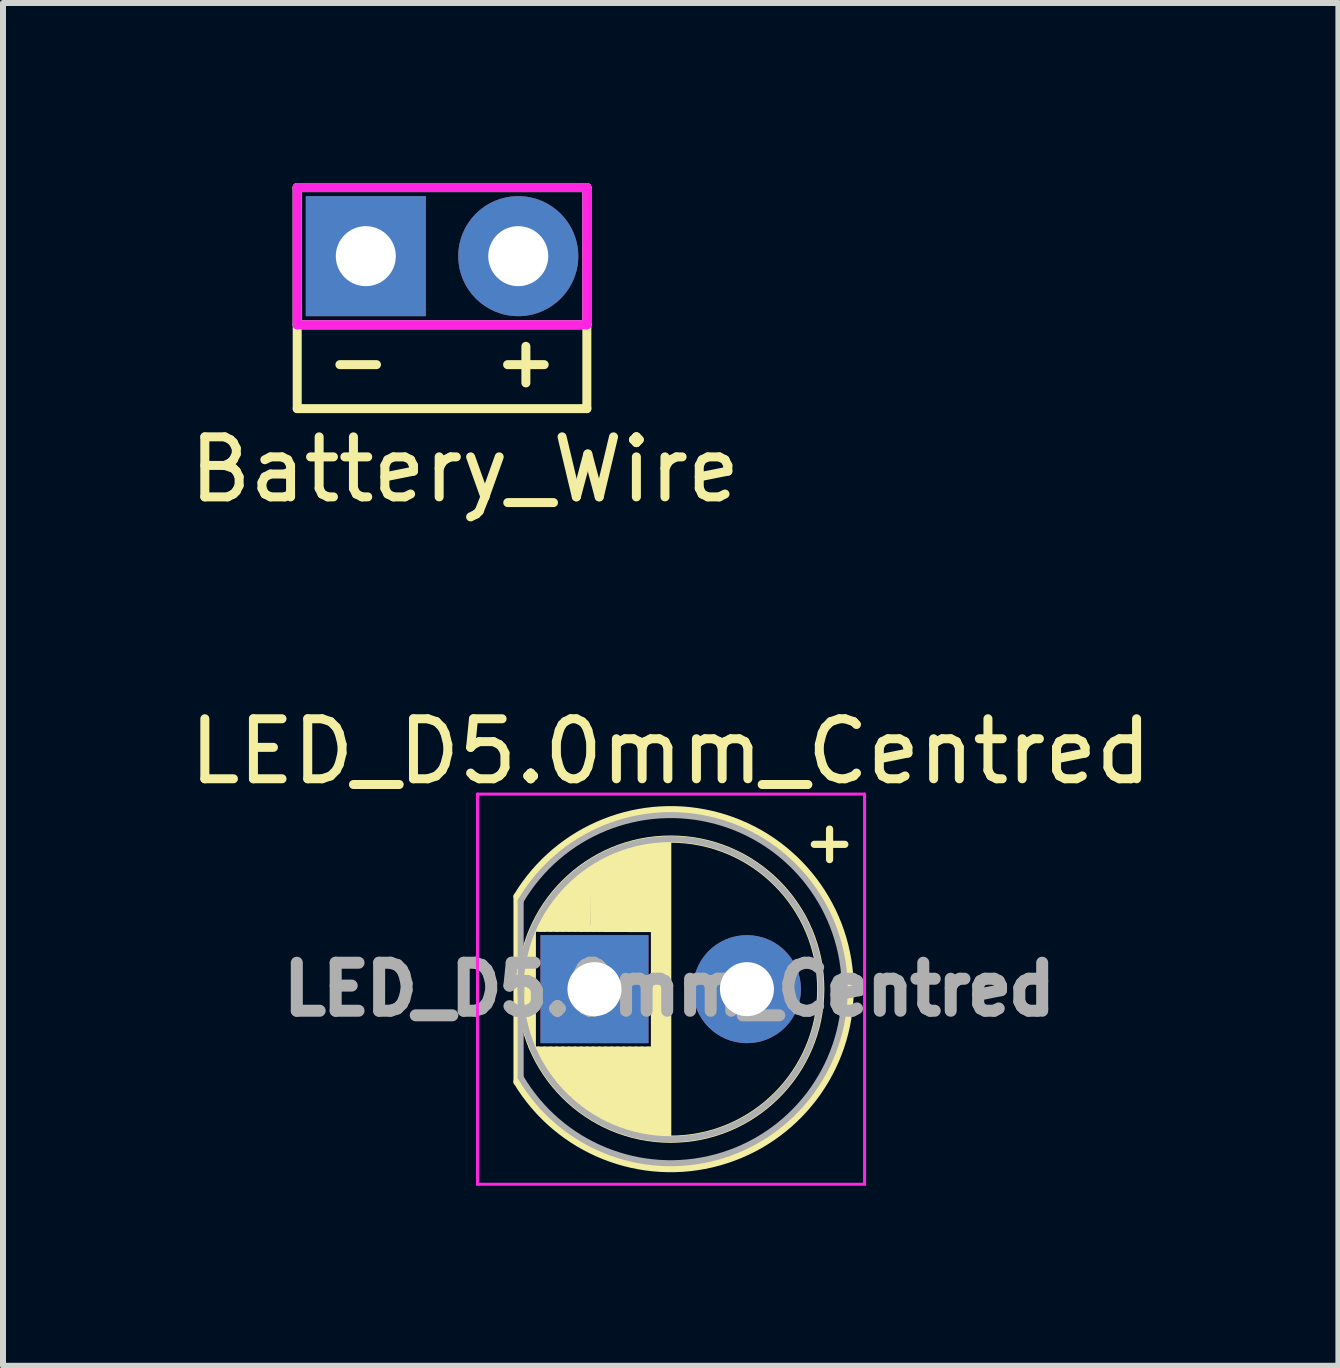
<source format=kicad_pcb>
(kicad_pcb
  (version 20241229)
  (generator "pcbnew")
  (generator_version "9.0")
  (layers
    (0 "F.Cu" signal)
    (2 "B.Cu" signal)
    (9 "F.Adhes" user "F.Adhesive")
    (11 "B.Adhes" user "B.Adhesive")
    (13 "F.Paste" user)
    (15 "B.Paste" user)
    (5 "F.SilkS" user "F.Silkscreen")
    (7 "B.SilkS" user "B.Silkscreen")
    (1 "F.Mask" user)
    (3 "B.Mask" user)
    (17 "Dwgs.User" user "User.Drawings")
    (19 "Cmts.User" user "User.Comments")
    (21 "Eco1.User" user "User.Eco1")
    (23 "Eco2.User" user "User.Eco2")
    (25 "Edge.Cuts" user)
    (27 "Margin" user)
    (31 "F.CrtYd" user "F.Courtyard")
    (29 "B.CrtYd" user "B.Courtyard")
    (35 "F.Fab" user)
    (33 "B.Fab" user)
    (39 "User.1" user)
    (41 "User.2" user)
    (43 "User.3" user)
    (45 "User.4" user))
  (footprint "Battery_Wire"
    (layer "F.Cu")
    (at 4.315 1.218)
    (property "Reference" "Battery_Wire" (at 0.381 3.556 0) (layer "F.SilkS") (effects (font (size 1 1) (thickness 0.15))))
    (attr through_hole)
    (fp_line (start -2.413 -1.143) (end -2.413 2.54) (stroke (width 0.15) (type solid)) (layer "F.SilkS"))
    (fp_line (start -2.413 -1.143) (end 2.413 -1.143) (stroke (width 0.15) (type solid)) (layer "F.SilkS"))
    (fp_line (start -2.413 1.143) (end 2.413 1.143) (stroke (width 0.15) (type solid)) (layer "F.SilkS"))
    (fp_line (start 2.413 -1.143) (end 2.413 2.54) (stroke (width 0.15) (type solid)) (layer "F.SilkS"))
    (fp_line (start 2.413 2.54) (end -2.413 2.54) (stroke (width 0.15) (type solid)) (layer "F.SilkS"))
    (fp_line (start -2.413 -1.143) (end -2.413 1.143) (stroke (width 0.15) (type solid)) (layer "F.CrtYd"))
    (fp_line (start -2.413 1.143) (end 2.413 1.143) (stroke (width 0.15) (type solid)) (layer "F.CrtYd"))
    (fp_line (start 2.413 -1.143) (end -2.413 -1.143) (stroke (width 0.15) (type solid)) (layer "F.CrtYd"))
    (fp_line (start 2.413 1.143) (end 2.413 -1.143) (stroke (width 0.15) (type solid)) (layer "F.CrtYd"))
    (fp_line (start -2.413 -1.143) (end 2.413 -1.143) (stroke (width 0.15) (type solid)) (layer "F.Fab"))
    (fp_line (start -2.413 1.143) (end -2.413 -1.143) (stroke (width 0.15) (type solid)) (layer "F.Fab"))
    (fp_line (start 2.413 -1.143) (end 2.413 1.143) (stroke (width 0.15) (type solid)) (layer "F.Fab"))
    (fp_line (start 2.413 1.143) (end -2.413 1.143) (stroke (width 0.15) (type solid)) (layer "F.Fab"))
    (fp_text user "-" (at -1.397 1.75 0) (layer "F.SilkS") (effects (font (size 0.8 0.8) (thickness 0.15))))
    (fp_text user "+" (at 1.397 1.75 0) (layer "F.SilkS") (effects (font (size 0.8 0.8) (thickness 0.15))))
    (pad "1" thru_hole circle (at 1.27 0 90) (size 2 2) (drill 1) (layers "*.Cu" "*.Mask"))
    (pad "2" thru_hole rect (at -1.27 0) (size 2 2) (drill 1) (layers "*.Cu" "*.Mask")))
  (footprint "LED_D5.0mm_Centred"
    (layer "F.Cu")
    (at 8.105 13.431)
    (property "Reference" "LED_D5.0mm_Centred" (at 0.02 -3.96 0) (layer "F.SilkS") (effects (font (size 1 1) (thickness 0.15))))
    (attr through_hole)
    (fp_line (start -2.54 -1.545) (end -2.54 1.545) (stroke (width 0.12) (type solid)) (layer "F.SilkS"))
    (fp_line (start -2.362 -0.66) (end -2.362 0.584) (stroke (width 0.12) (type solid)) (layer "F.SilkS"))
    (fp_line (start -2.286 -0.94) (end -2.286 0.965) (stroke (width 0.12) (type solid)) (layer "F.SilkS"))
    (fp_line (start -2.184 1.016) (end -2.184 1.118) (stroke (width 0.12) (type solid)) (layer "F.SilkS"))
    (fp_line (start -2.15 -1.168) (end -2.15 -1.016) (stroke (width 0.12) (type solid)) (layer "F.SilkS"))
    (fp_line (start -2.083 -1.321) (end -2.083 -1.016) (stroke (width 0.12) (type solid)) (layer "F.SilkS"))
    (fp_line (start -2.083 1.016) (end -2.083 1.27) (stroke (width 0.12) (type solid)) (layer "F.SilkS"))
    (fp_line (start -1.981 -1.016) (end -1.981 -1.422) (stroke (width 0.12) (type solid)) (layer "F.SilkS"))
    (fp_line (start -1.981 1.016) (end -1.981 1.473) (stroke (width 0.12) (type solid)) (layer "F.SilkS"))
    (fp_line (start -1.88 -1.575) (end -1.88 -1.016) (stroke (width 0.12) (type solid)) (layer "F.SilkS"))
    (fp_line (start -1.88 1.016) (end -1.88 1.575) (stroke (width 0.12) (type solid)) (layer "F.SilkS"))
    (fp_line (start -1.778 -1.016) (end -1.778 -1.676) (stroke (width 0.12) (type solid)) (layer "F.SilkS"))
    (fp_line (start -1.778 1.016) (end -1.778 1.7) (stroke (width 0.12) (type solid)) (layer "F.SilkS"))
    (fp_line (start -1.676 -1.778) (end -1.676 -1.016) (stroke (width 0.12) (type solid)) (layer "F.SilkS"))
    (fp_line (start -1.676 1.016) (end -1.675 1.75) (stroke (width 0.12) (type solid)) (layer "F.SilkS"))
    (fp_line (start -1.575 -1.016) (end -1.575 -1.88) (stroke (width 0.12) (type solid)) (layer "F.SilkS"))
    (fp_line (start -1.575 1.016) (end -1.575 1.88) (stroke (width 0.12) (type solid)) (layer "F.SilkS"))
    (fp_line (start -1.473 -1.981) (end -1.473 -1.016) (stroke (width 0.12) (type solid)) (layer "F.SilkS"))
    (fp_line (start -1.473 1.016) (end -1.473 1.95) (stroke (width 0.12) (type solid)) (layer "F.SilkS"))
    (fp_line (start -1.372 -1.016) (end -1.372 -2.032) (stroke (width 0.12) (type solid)) (layer "F.SilkS"))
    (fp_line (start -1.372 1.016) (end -1.372 2.032) (stroke (width 0.12) (type solid)) (layer "F.SilkS"))
    (fp_line (start -1.275 1.016) (end -1.275 2.116) (stroke (width 0.12) (type solid)) (layer "F.SilkS"))
    (fp_line (start -1.27 -2.1) (end -1.257 -1.016) (stroke (width 0.12) (type solid)) (layer "F.SilkS"))
    (fp_line (start -1.168 -1.016) (end -1.168 -2.175) (stroke (width 0.12) (type solid)) (layer "F.SilkS"))
    (fp_line (start -1.168 1.016) (end -1.168 2.184) (stroke (width 0.12) (type solid)) (layer "F.SilkS"))
    (fp_line (start -1.067 -2.225) (end -1.067 -1.016) (stroke (width 0.12) (type solid)) (layer "F.SilkS"))
    (fp_line (start -1.067 1.016) (end -1.067 2.225) (stroke (width 0.12) (type solid)) (layer "F.SilkS"))
    (fp_line (start -0.965 -1.016) (end -0.965 -2.275) (stroke (width 0.12) (type solid)) (layer "F.SilkS"))
    (fp_line (start -0.965 1.016) (end -0.965 2.275) (stroke (width 0.12) (type solid)) (layer "F.SilkS"))
    (fp_line (start -0.864 -2.325) (end -0.864 -1.016) (stroke (width 0.12) (type solid)) (layer "F.SilkS"))
    (fp_line (start -0.864 1.016) (end -0.864 2.286) (stroke (width 0.12) (type solid)) (layer "F.SilkS"))
    (fp_line (start -0.762 -1.016) (end -0.762 -2.35) (stroke (width 0.12) (type solid)) (layer "F.SilkS"))
    (fp_line (start -0.762 1.016) (end -0.762 2.337) (stroke (width 0.12) (type solid)) (layer "F.SilkS"))
    (fp_line (start -0.66 -1.016) (end -0.66 -2.379) (stroke (width 0.12) (type solid)) (layer "F.SilkS"))
    (fp_line (start -0.66 1.016) (end -0.66 2.375) (stroke (width 0.12) (type solid)) (layer "F.SilkS"))
    (fp_line (start -0.559 -2.391) (end -0.559 -1.016) (stroke (width 0.12) (type solid)) (layer "F.SilkS"))
    (fp_line (start -0.559 1.016) (end -0.559 2.4) (stroke (width 0.12) (type solid)) (layer "F.SilkS"))
    (fp_line (start -0.457 -1.016) (end -0.457 -2.425) (stroke (width 0.12) (type solid)) (layer "F.SilkS"))
    (fp_line (start -0.457 1.016) (end -0.457 2.425) (stroke (width 0.12) (type solid)) (layer "F.SilkS"))
    (fp_line (start -0.356 1.016) (end -0.356 2.438) (stroke (width 0.12) (type solid)) (layer "F.SilkS"))
    (fp_line (start -0.35 -2.441) (end -0.356 -1.016) (stroke (width 0.12) (type solid)) (layer "F.SilkS"))
    (fp_line (start -0.25 -2.466) (end -0.25 1.016) (stroke (width 0.12) (type solid)) (layer "F.SilkS"))
    (fp_line (start -0.25 1.016) (end -0.25 2.46) (stroke (width 0.12) (type solid)) (layer "F.SilkS"))
    (fp_line (start -0.15 1.016) (end -0.15 -2.475) (stroke (width 0.12) (type solid)) (layer "F.SilkS"))
    (fp_line (start -0.15 1.016) (end -0.15 2.47) (stroke (width 0.12) (type solid)) (layer "F.SilkS"))
    (fp_line (start -0.051 1.016) (end -2.235 1.016) (stroke (width 0.12) (type solid)) (layer "F.SilkS"))
    (fp_line (start -0.051 1.016) (end -0.051 2.48) (stroke (width 0.12) (type solid)) (layer "F.SilkS"))
    (fp_line (start -0.05 -2.475) (end -0.051 1.016) (stroke (width 0.12) (type solid)) (layer "F.SilkS"))
    (fp_line (start -0.04 -1.01) (end -2.235 -1.016) (stroke (width 0.12) (type solid)) (layer "F.SilkS"))
    (fp_line (start 0 -2.5) (end 0 2.5) (stroke (width 0.06) (type solid)) (layer "F.SilkS"))
    (fp_line (start 2.413 -2.413) (end 2.921 -2.413) (stroke (width 0.12) (type solid)) (layer "F.SilkS"))
    (fp_line (start 2.667 -2.667) (end 2.667 -2.159) (stroke (width 0.12) (type solid)) (layer "F.SilkS"))
    (fp_arc (start -2.54 -1.54483) (mid 0.822002 -2.880433) (end 3.01 0.000462) (stroke (width 0.12) (type solid)) (layer "F.SilkS"))
    (fp_arc (start 3.01 -0.000462) (mid 0.822002 2.880433) (end -2.54 1.54483) (stroke (width 0.12) (type solid)) (layer "F.SilkS"))
    (fp_circle (center 0.02 0) (end 2.52 0) (stroke (width 0.12) (type solid)) (fill no) (layer "F.SilkS"))
    (fp_line (start -3.2 -3.25) (end -3.2 3.25) (stroke (width 0.05) (type solid)) (layer "F.CrtYd"))
    (fp_line (start -3.2 3.25) (end 3.25 3.25) (stroke (width 0.05) (type solid)) (layer "F.CrtYd"))
    (fp_line (start 3.25 -3.25) (end -3.2 -3.25) (stroke (width 0.05) (type solid)) (layer "F.CrtYd"))
    (fp_line (start 3.25 3.25) (end 3.25 -3.25) (stroke (width 0.05) (type solid)) (layer "F.CrtYd"))
    (fp_line (start -2.48 -1.47) (end -2.48 1.47) (stroke (width 0.1) (type solid)) (layer "F.Fab"))
    (fp_arc (start -2.48 -1.469694) (mid 2.92 0.000016) (end -2.480016 1.469666) (stroke (width 0.1) (type solid)) (layer "F.Fab"))
    (fp_circle (center 0.02 0) (end 2.52 0) (stroke (width 0.1) (type solid)) (fill no) (layer "F.Fab"))
    (fp_text user "${REFERENCE}" (at 0 0 0) (layer "F.Fab") (effects (font (size 0.8 0.8) (thickness 0.2))))
    (pad "1" thru_hole rect (at -1.25 0) (size 1.8 1.8) (drill 0.9) (layers "*.Cu" "*.Mask"))
    (pad "2" thru_hole circle (at 1.29 0) (size 1.8 1.8) (drill 0.9) (layers "*.Cu" "*.Mask")))
  (gr_rect
    (start -3 -3)
    (end 19.25 19.706)
    (stroke (width 0.1) (type default))
    (fill no)
    (layer "Edge.Cuts")))
</source>
